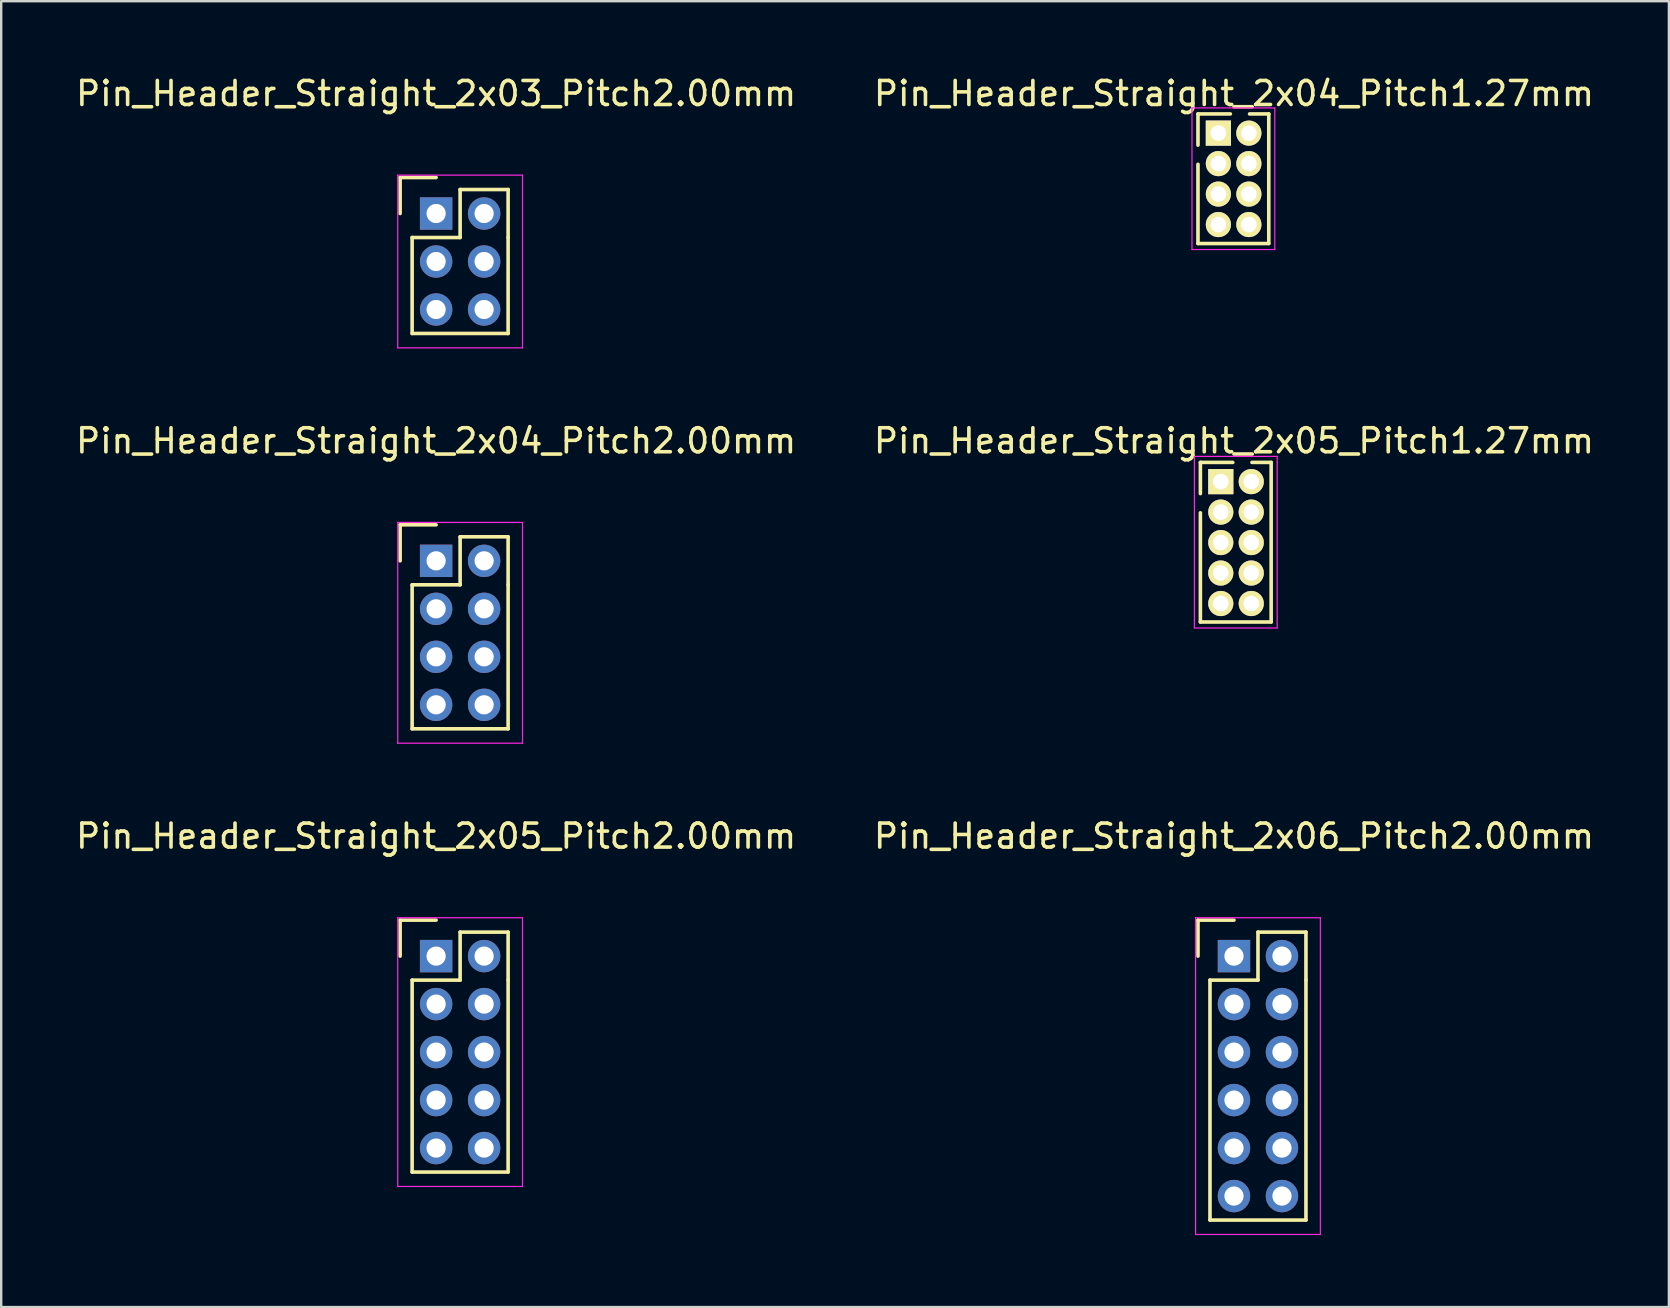
<source format=kicad_pcb>
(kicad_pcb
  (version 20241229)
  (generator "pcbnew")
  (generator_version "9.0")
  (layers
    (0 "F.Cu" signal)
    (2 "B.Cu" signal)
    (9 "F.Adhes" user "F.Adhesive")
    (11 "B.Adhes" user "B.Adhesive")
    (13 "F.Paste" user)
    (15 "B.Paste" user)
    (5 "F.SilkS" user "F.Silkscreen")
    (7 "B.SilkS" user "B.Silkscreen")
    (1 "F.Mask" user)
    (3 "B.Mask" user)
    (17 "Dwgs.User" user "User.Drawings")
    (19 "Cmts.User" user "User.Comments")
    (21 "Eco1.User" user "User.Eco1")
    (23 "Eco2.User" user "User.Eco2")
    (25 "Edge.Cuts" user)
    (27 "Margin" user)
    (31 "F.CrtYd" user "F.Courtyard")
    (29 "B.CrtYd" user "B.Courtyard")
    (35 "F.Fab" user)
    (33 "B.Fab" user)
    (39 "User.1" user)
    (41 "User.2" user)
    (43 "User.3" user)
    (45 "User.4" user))
  (footprint "Pin_Header_Straight_2x05_Pitch1.27mm"
    (layer "F.Cu")
    (at 47.825 17.021)
    (property "Reference" "Pin_Header_Straight_2x05_Pitch1.27mm" (at 0.55 -1.7 0) (layer "F.SilkS") (effects (font (size 1 1) (thickness 0.15))))
    (attr through_hole)
    (fp_line (start -0.85 -0.8) (end -0.85 0.5) (stroke (width 0.15) (type solid)) (layer "F.SilkS"))
    (fp_line (start -0.85 5.85) (end -0.85 1.3) (stroke (width 0.15) (type solid)) (layer "F.SilkS"))
    (fp_line (start 0.5 -0.8) (end -0.85 -0.8) (stroke (width 0.15) (type solid)) (layer "F.SilkS"))
    (fp_line (start 2.1 -0.8) (end 1.3 -0.8) (stroke (width 0.15) (type solid)) (layer "F.SilkS"))
    (fp_line (start 2.1 5.85) (end -0.85 5.85) (stroke (width 0.15) (type solid)) (layer "F.SilkS"))
    (fp_line (start 2.1 5.85) (end 2.1 -0.8) (stroke (width 0.15) (type solid)) (layer "F.SilkS"))
    (fp_line (start -1.1 -1.05) (end -1.1 6.1) (stroke (width 0.05) (type solid)) (layer "F.CrtYd"))
    (fp_line (start -1.1 -1.05) (end 2.35 -1.05) (stroke (width 0.05) (type solid)) (layer "F.CrtYd"))
    (fp_line (start -1.1 6.1) (end 2.35 6.1) (stroke (width 0.05) (type solid)) (layer "F.CrtYd"))
    (fp_line (start 2.35 -1.05) (end 2.35 6.1) (stroke (width 0.05) (type solid)) (layer "F.CrtYd"))
    (pad "1" thru_hole rect (at 0 0) (size 1.05 1.05) (drill 0.65) (layers "*.Cu" "*.Mask" "F.SilkS"))
    (pad "2" thru_hole circle (at 1.27 0) (size 1.05 1.05) (drill 0.65) (layers "*.Cu" "*.Mask" "F.SilkS"))
    (pad "3" thru_hole circle (at 0 1.27) (size 1.05 1.05) (drill 0.65) (layers "*.Cu" "*.Mask" "F.SilkS"))
    (pad "4" thru_hole circle (at 1.27 1.27) (size 1.05 1.05) (drill 0.65) (layers "*.Cu" "*.Mask" "F.SilkS"))
    (pad "5" thru_hole circle (at 0 2.54) (size 1.05 1.05) (drill 0.65) (layers "*.Cu" "*.Mask" "F.SilkS"))
    (pad "6" thru_hole circle (at 1.27 2.54) (size 1.05 1.05) (drill 0.65) (layers "*.Cu" "*.Mask" "F.SilkS"))
    (pad "7" thru_hole circle (at 0 3.81) (size 1.05 1.05) (drill 0.65) (layers "*.Cu" "*.Mask" "F.SilkS"))
    (pad "8" thru_hole circle (at 1.27 3.81) (size 1.05 1.05) (drill 0.65) (layers "*.Cu" "*.Mask" "F.SilkS"))
    (pad "9" thru_hole circle (at 0 5.08) (size 1.05 1.05) (drill 0.65) (layers "*.Cu" "*.Mask" "F.SilkS"))
    (pad "10" thru_hole circle (at 1.27 5.08) (size 1.05 1.05) (drill 0.65) (layers "*.Cu" "*.Mask" "F.SilkS")))
  (footprint "Pin_Header_Straight_2x03_Pitch2.00mm"
    (layer "F.Cu")
    (at 15.125 5.848)
    (property "Reference" "Pin_Header_Straight_2x03_Pitch2.00mm" (at 0 -5 0) (layer "F.SilkS") (effects (font (size 1 1) (thickness 0.15))))
    (attr through_hole)
    (fp_line (start -1.5 -1.5) (end 0 -1.5) (stroke (width 0.15) (type solid)) (layer "F.SilkS"))
    (fp_line (start -1.5 0) (end -1.5 -1.5) (stroke (width 0.15) (type solid)) (layer "F.SilkS"))
    (fp_line (start -1 1) (end 1 1) (stroke (width 0.15) (type solid)) (layer "F.SilkS"))
    (fp_line (start -1 5) (end -1 1) (stroke (width 0.15) (type solid)) (layer "F.SilkS"))
    (fp_line (start 1 -1) (end 3 -1) (stroke (width 0.15) (type solid)) (layer "F.SilkS"))
    (fp_line (start 1 1) (end 1 -1) (stroke (width 0.15) (type solid)) (layer "F.SilkS"))
    (fp_line (start 3 -1) (end 3 1) (stroke (width 0.15) (type solid)) (layer "F.SilkS"))
    (fp_line (start 3 1) (end 3 5) (stroke (width 0.15) (type solid)) (layer "F.SilkS"))
    (fp_line (start 3 5) (end -1 5) (stroke (width 0.15) (type solid)) (layer "F.SilkS"))
    (fp_line (start -1.6 -1.6) (end 3.6 -1.6) (stroke (width 0.05) (type solid)) (layer "F.CrtYd"))
    (fp_line (start -1.6 5.6) (end -1.6 -1.6) (stroke (width 0.05) (type solid)) (layer "F.CrtYd"))
    (fp_line (start 3.6 -1.6) (end 3.6 5.6) (stroke (width 0.05) (type solid)) (layer "F.CrtYd"))
    (fp_line (start 3.6 5.6) (end -1.6 5.6) (stroke (width 0.05) (type solid)) (layer "F.CrtYd"))
    (pad "1" thru_hole rect (at 0 0) (size 1.35 1.35) (drill 0.8) (layers "*.Cu" "*.Mask"))
    (pad "2" thru_hole circle (at 2 0) (size 1.35 1.35) (drill 0.8) (layers "*.Cu" "*.Mask"))
    (pad "3" thru_hole circle (at 0 2) (size 1.35 1.35) (drill 0.8) (layers "*.Cu" "*.Mask"))
    (pad "4" thru_hole circle (at 2 2) (size 1.35 1.35) (drill 0.8) (layers "*.Cu" "*.Mask"))
    (pad "5" thru_hole circle (at 0 4) (size 1.35 1.35) (drill 0.8) (layers "*.Cu" "*.Mask"))
    (pad "6" thru_hole circle (at 2 4) (size 1.35 1.35) (drill 0.8) (layers "*.Cu" "*.Mask")))
  (footprint "Pin_Header_Straight_2x05_Pitch2.00mm"
    (layer "F.Cu")
    (at 15.125 36.795)
    (property "Reference" "Pin_Header_Straight_2x05_Pitch2.00mm" (at 0 -5 0) (layer "F.SilkS") (effects (font (size 1 1) (thickness 0.15))))
    (attr through_hole)
    (fp_line (start -1.5 -1.5) (end 0 -1.5) (stroke (width 0.15) (type solid)) (layer "F.SilkS"))
    (fp_line (start -1.5 0) (end -1.5 -1.5) (stroke (width 0.15) (type solid)) (layer "F.SilkS"))
    (fp_line (start -1 1) (end 1 1) (stroke (width 0.15) (type solid)) (layer "F.SilkS"))
    (fp_line (start -1 9) (end -1 1) (stroke (width 0.15) (type solid)) (layer "F.SilkS"))
    (fp_line (start 1 -1) (end 3 -1) (stroke (width 0.15) (type solid)) (layer "F.SilkS"))
    (fp_line (start 1 1) (end 1 -1) (stroke (width 0.15) (type solid)) (layer "F.SilkS"))
    (fp_line (start 3 -1) (end 3 1) (stroke (width 0.15) (type solid)) (layer "F.SilkS"))
    (fp_line (start 3 1) (end 3 9) (stroke (width 0.15) (type solid)) (layer "F.SilkS"))
    (fp_line (start 3 9) (end -1 9) (stroke (width 0.15) (type solid)) (layer "F.SilkS"))
    (fp_line (start -1.6 -1.6) (end 3.6 -1.6) (stroke (width 0.05) (type solid)) (layer "F.CrtYd"))
    (fp_line (start -1.6 9.6) (end -1.6 -1.6) (stroke (width 0.05) (type solid)) (layer "F.CrtYd"))
    (fp_line (start 3.6 -1.6) (end 3.6 9.6) (stroke (width 0.05) (type solid)) (layer "F.CrtYd"))
    (fp_line (start 3.6 9.6) (end -1.6 9.6) (stroke (width 0.05) (type solid)) (layer "F.CrtYd"))
    (pad "1" thru_hole rect (at 0 0) (size 1.35 1.35) (drill 0.8) (layers "*.Cu" "*.Mask"))
    (pad "2" thru_hole circle (at 2 0) (size 1.35 1.35) (drill 0.8) (layers "*.Cu" "*.Mask"))
    (pad "3" thru_hole circle (at 0 2) (size 1.35 1.35) (drill 0.8) (layers "*.Cu" "*.Mask"))
    (pad "4" thru_hole circle (at 2 2) (size 1.35 1.35) (drill 0.8) (layers "*.Cu" "*.Mask"))
    (pad "5" thru_hole circle (at 0 4) (size 1.35 1.35) (drill 0.8) (layers "*.Cu" "*.Mask"))
    (pad "6" thru_hole circle (at 2 4) (size 1.35 1.35) (drill 0.8) (layers "*.Cu" "*.Mask"))
    (pad "7" thru_hole circle (at 0 6) (size 1.35 1.35) (drill 0.8) (layers "*.Cu" "*.Mask"))
    (pad "8" thru_hole circle (at 2 6) (size 1.35 1.35) (drill 0.8) (layers "*.Cu" "*.Mask"))
    (pad "9" thru_hole circle (at 0 8) (size 1.35 1.35) (drill 0.8) (layers "*.Cu" "*.Mask"))
    (pad "10" thru_hole circle (at 2 8) (size 1.35 1.35) (drill 0.8) (layers "*.Cu" "*.Mask")))
  (footprint "Pin_Header_Straight_2x04_Pitch1.27mm"
    (layer "F.Cu")
    (at 47.725 2.498)
    (property "Reference" "Pin_Header_Straight_2x04_Pitch1.27mm" (at 0.65 -1.65 0) (layer "F.SilkS") (effects (font (size 1 1) (thickness 0.15))))
    (attr through_hole)
    (fp_line (start -0.85 -0.8) (end -0.85 0.5) (stroke (width 0.15) (type solid)) (layer "F.SilkS"))
    (fp_line (start -0.85 4.6) (end -0.85 1.3) (stroke (width 0.15) (type solid)) (layer "F.SilkS"))
    (fp_line (start 0.5 -0.8) (end -0.85 -0.8) (stroke (width 0.15) (type solid)) (layer "F.SilkS"))
    (fp_line (start 2.1 -0.8) (end 1.3 -0.8) (stroke (width 0.15) (type solid)) (layer "F.SilkS"))
    (fp_line (start 2.1 4.6) (end -0.85 4.6) (stroke (width 0.15) (type solid)) (layer "F.SilkS"))
    (fp_line (start 2.1 4.6) (end 2.1 -0.8) (stroke (width 0.15) (type solid)) (layer "F.SilkS"))
    (fp_line (start -1.1 -1.05) (end -1.1 4.85) (stroke (width 0.05) (type solid)) (layer "F.CrtYd"))
    (fp_line (start -1.1 -1.05) (end 2.35 -1.05) (stroke (width 0.05) (type solid)) (layer "F.CrtYd"))
    (fp_line (start -1.1 4.85) (end 2.35 4.85) (stroke (width 0.05) (type solid)) (layer "F.CrtYd"))
    (fp_line (start 2.35 -1.05) (end 2.35 4.85) (stroke (width 0.05) (type solid)) (layer "F.CrtYd"))
    (pad "1" thru_hole rect (at 0 0) (size 1.05 1.05) (drill 0.65) (layers "*.Cu" "*.Mask" "F.SilkS"))
    (pad "2" thru_hole circle (at 1.27 0) (size 1.05 1.05) (drill 0.65) (layers "*.Cu" "*.Mask" "F.SilkS"))
    (pad "3" thru_hole circle (at 0 1.27) (size 1.05 1.05) (drill 0.65) (layers "*.Cu" "*.Mask" "F.SilkS"))
    (pad "4" thru_hole circle (at 1.27 1.27) (size 1.05 1.05) (drill 0.65) (layers "*.Cu" "*.Mask" "F.SilkS"))
    (pad "5" thru_hole circle (at 0 2.54) (size 1.05 1.05) (drill 0.65) (layers "*.Cu" "*.Mask" "F.SilkS"))
    (pad "6" thru_hole circle (at 1.27 2.54) (size 1.05 1.05) (drill 0.65) (layers "*.Cu" "*.Mask" "F.SilkS"))
    (pad "7" thru_hole circle (at 0 3.81) (size 1.05 1.05) (drill 0.65) (layers "*.Cu" "*.Mask" "F.SilkS"))
    (pad "8" thru_hole circle (at 1.27 3.81) (size 1.05 1.05) (drill 0.65) (layers "*.Cu" "*.Mask" "F.SilkS")))
  (footprint "Pin_Header_Straight_2x04_Pitch2.00mm"
    (layer "F.Cu")
    (at 15.125 20.322)
    (property "Reference" "Pin_Header_Straight_2x04_Pitch2.00mm" (at 0 -5 0) (layer "F.SilkS") (effects (font (size 1 1) (thickness 0.15))))
    (attr through_hole)
    (fp_line (start -1.5 -1.5) (end 0 -1.5) (stroke (width 0.15) (type solid)) (layer "F.SilkS"))
    (fp_line (start -1.5 0) (end -1.5 -1.5) (stroke (width 0.15) (type solid)) (layer "F.SilkS"))
    (fp_line (start -1 1) (end 1 1) (stroke (width 0.15) (type solid)) (layer "F.SilkS"))
    (fp_line (start -1 7) (end -1 1) (stroke (width 0.15) (type solid)) (layer "F.SilkS"))
    (fp_line (start 1 -1) (end 3 -1) (stroke (width 0.15) (type solid)) (layer "F.SilkS"))
    (fp_line (start 1 1) (end 1 -1) (stroke (width 0.15) (type solid)) (layer "F.SilkS"))
    (fp_line (start 3 -1) (end 3 1) (stroke (width 0.15) (type solid)) (layer "F.SilkS"))
    (fp_line (start 3 1) (end 3 7) (stroke (width 0.15) (type solid)) (layer "F.SilkS"))
    (fp_line (start 3 7) (end -1 7) (stroke (width 0.15) (type solid)) (layer "F.SilkS"))
    (fp_line (start -1.6 -1.6) (end 3.6 -1.6) (stroke (width 0.05) (type solid)) (layer "F.CrtYd"))
    (fp_line (start -1.6 7.6) (end -1.6 -1.6) (stroke (width 0.05) (type solid)) (layer "F.CrtYd"))
    (fp_line (start 3.6 -1.6) (end 3.6 7.6) (stroke (width 0.05) (type solid)) (layer "F.CrtYd"))
    (fp_line (start 3.6 7.6) (end -1.6 7.6) (stroke (width 0.05) (type solid)) (layer "F.CrtYd"))
    (pad "1" thru_hole rect (at 0 0) (size 1.35 1.35) (drill 0.8) (layers "*.Cu" "*.Mask"))
    (pad "2" thru_hole circle (at 2 0) (size 1.35 1.35) (drill 0.8) (layers "*.Cu" "*.Mask"))
    (pad "3" thru_hole circle (at 0 2) (size 1.35 1.35) (drill 0.8) (layers "*.Cu" "*.Mask"))
    (pad "4" thru_hole circle (at 2 2) (size 1.35 1.35) (drill 0.8) (layers "*.Cu" "*.Mask"))
    (pad "5" thru_hole circle (at 0 4) (size 1.35 1.35) (drill 0.8) (layers "*.Cu" "*.Mask"))
    (pad "6" thru_hole circle (at 2 4) (size 1.35 1.35) (drill 0.8) (layers "*.Cu" "*.Mask"))
    (pad "7" thru_hole circle (at 0 6) (size 1.35 1.35) (drill 0.8) (layers "*.Cu" "*.Mask"))
    (pad "8" thru_hole circle (at 2 6) (size 1.35 1.35) (drill 0.8) (layers "*.Cu" "*.Mask")))
  (footprint "Pin_Header_Straight_2x06_Pitch2.00mm"
    (layer "F.Cu")
    (at 48.375 36.795)
    (property "Reference" "Pin_Header_Straight_2x06_Pitch2.00mm" (at 0 -5 0) (layer "F.SilkS") (effects (font (size 1 1) (thickness 0.15))))
    (attr through_hole)
    (fp_line (start -1.5 -1.5) (end 0 -1.5) (stroke (width 0.15) (type solid)) (layer "F.SilkS"))
    (fp_line (start -1.5 0) (end -1.5 -1.5) (stroke (width 0.15) (type solid)) (layer "F.SilkS"))
    (fp_line (start -1 1) (end 1 1) (stroke (width 0.15) (type solid)) (layer "F.SilkS"))
    (fp_line (start -1 11) (end -1 1) (stroke (width 0.15) (type solid)) (layer "F.SilkS"))
    (fp_line (start 1 -1) (end 3 -1) (stroke (width 0.15) (type solid)) (layer "F.SilkS"))
    (fp_line (start 1 1) (end 1 -1) (stroke (width 0.15) (type solid)) (layer "F.SilkS"))
    (fp_line (start 3 -1) (end 3 1) (stroke (width 0.15) (type solid)) (layer "F.SilkS"))
    (fp_line (start 3 1) (end 3 11) (stroke (width 0.15) (type solid)) (layer "F.SilkS"))
    (fp_line (start 3 11) (end -1 11) (stroke (width 0.15) (type solid)) (layer "F.SilkS"))
    (fp_line (start -1.6 -1.6) (end 3.6 -1.6) (stroke (width 0.05) (type solid)) (layer "F.CrtYd"))
    (fp_line (start -1.6 11.6) (end -1.6 -1.6) (stroke (width 0.05) (type solid)) (layer "F.CrtYd"))
    (fp_line (start 3.6 -1.6) (end 3.6 11.6) (stroke (width 0.05) (type solid)) (layer "F.CrtYd"))
    (fp_line (start 3.6 11.6) (end -1.6 11.6) (stroke (width 0.05) (type solid)) (layer "F.CrtYd"))
    (pad "1" thru_hole rect (at 0 0) (size 1.35 1.35) (drill 0.8) (layers "*.Cu" "*.Mask"))
    (pad "2" thru_hole circle (at 2 0) (size 1.35 1.35) (drill 0.8) (layers "*.Cu" "*.Mask"))
    (pad "3" thru_hole circle (at 0 2) (size 1.35 1.35) (drill 0.8) (layers "*.Cu" "*.Mask"))
    (pad "4" thru_hole circle (at 2 2) (size 1.35 1.35) (drill 0.8) (layers "*.Cu" "*.Mask"))
    (pad "5" thru_hole circle (at 0 4) (size 1.35 1.35) (drill 0.8) (layers "*.Cu" "*.Mask"))
    (pad "6" thru_hole circle (at 2 4) (size 1.35 1.35) (drill 0.8) (layers "*.Cu" "*.Mask"))
    (pad "7" thru_hole circle (at 0 6) (size 1.35 1.35) (drill 0.8) (layers "*.Cu" "*.Mask"))
    (pad "8" thru_hole circle (at 2 6) (size 1.35 1.35) (drill 0.8) (layers "*.Cu" "*.Mask"))
    (pad "9" thru_hole circle (at 0 8) (size 1.35 1.35) (drill 0.8) (layers "*.Cu" "*.Mask"))
    (pad "10" thru_hole circle (at 2 8) (size 1.35 1.35) (drill 0.8) (layers "*.Cu" "*.Mask"))
    (pad "11" thru_hole circle (at 0 10) (size 1.35 1.35) (drill 0.8) (layers "*.Cu" "*.Mask"))
    (pad "12" thru_hole circle (at 2 10) (size 1.35 1.35) (drill 0.8) (layers "*.Cu" "*.Mask")))
  (gr_rect
    (start -3 -3)
    (end 66.5 51.42)
    (stroke (width 0.1) (type default))
    (fill no)
    (layer "Edge.Cuts")))
</source>
